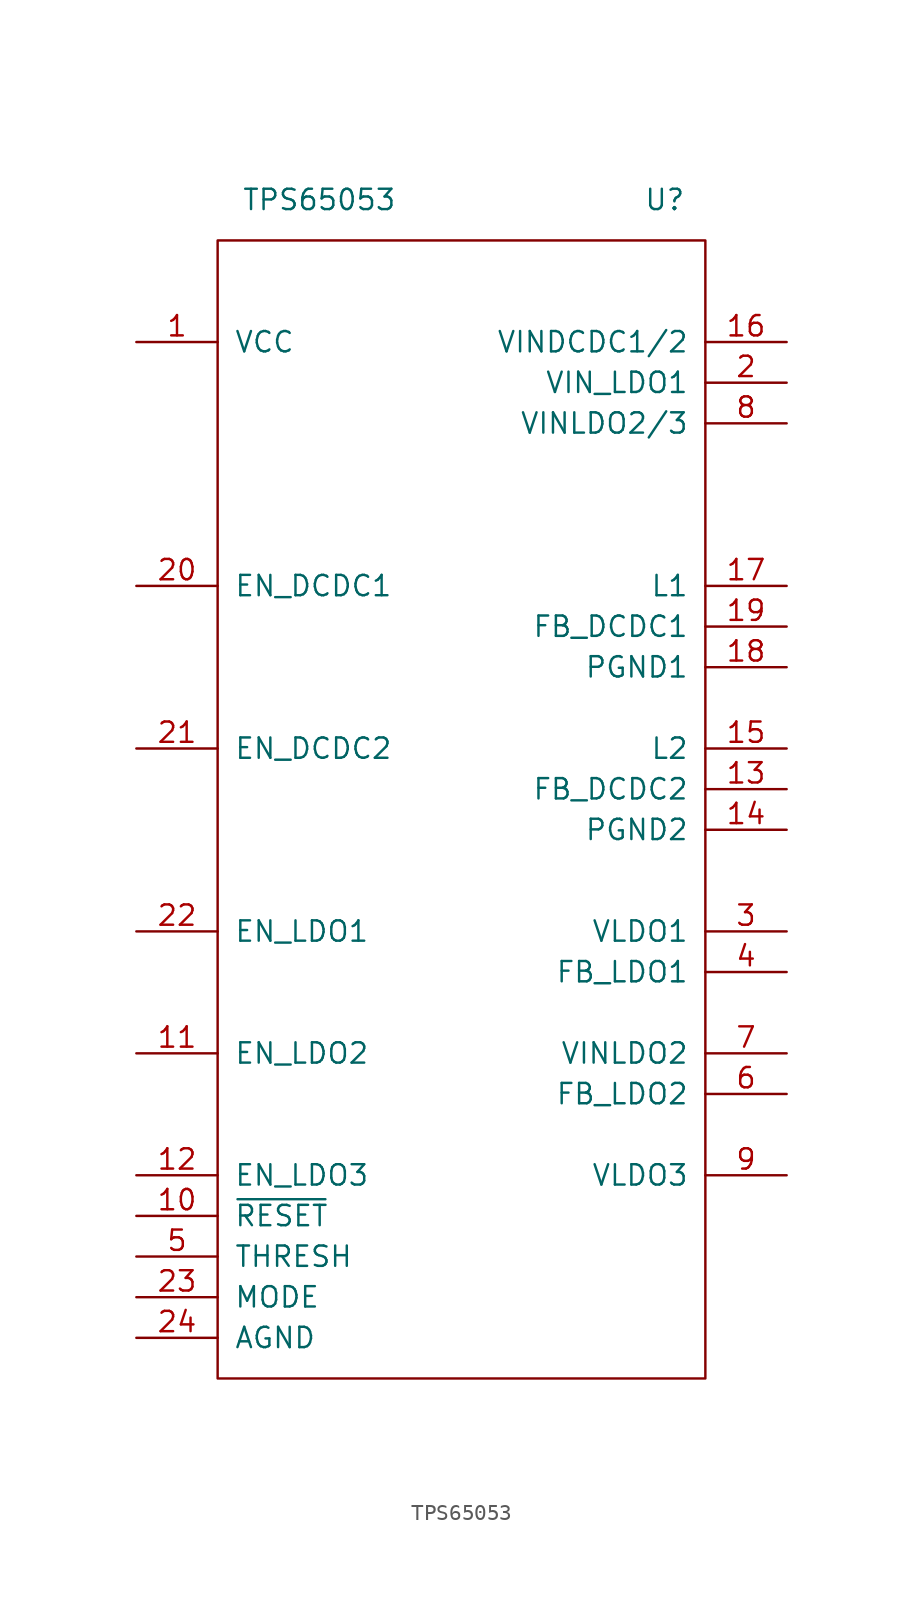
<source format=kicad_sym>
(kicad_symbol_lib
  (version 20211014)
  (generator kicad_symbol_editor)
  (symbol "TPS65053"
    (pin_names
      (offset 1.016))
    (property "Reference" "U"
      (at 12.7 33.02 0)
      (effects (font (size 1.27 1.27))))
    (property "Value" "TPS65053"
      (at -8.89 33.02 0)
      (effects (font (size 1.27 1.27))))
    (symbol "TPS65053_0_1"
      (rectangle (start -15.24 30.48) (end 15.24 -40.64) (stroke (width 0) (type default) (color 0 0 0 0)) (fill (type none))))
    (symbol "TPS65053_1_1"
      (pin power_in line (at -20.32 24.13 0) (length 5.08) (name "VCC" (effects (font (size 1.27 1.27)))) (number "1" (effects (font (size 1.27 1.27)))))
      (pin power_out line (at -20.32 -30.48 0) (length 5.08) (name "~{RESET}" (effects (font (size 1.27 1.27)))) (number "10" (effects (font (size 1.27 1.27)))))
      (pin power_out line (at -20.32 -20.32 0) (length 5.08) (name "EN_LDO2" (effects (font (size 1.27 1.27)))) (number "11" (effects (font (size 1.27 1.27)))))
      (pin input line (at -20.32 -27.94 0) (length 5.08) (name "EN_LDO3" (effects (font (size 1.27 1.27)))) (number "12" (effects (font (size 1.27 1.27)))))
      (pin input line (at 20.32 -3.81 180) (length 5.08) (name "FB_DCDC2" (effects (font (size 1.27 1.27)))) (number "13" (effects (font (size 1.27 1.27)))))
      (pin input line (at 20.32 -6.35 180) (length 5.08) (name "PGND2" (effects (font (size 1.27 1.27)))) (number "14" (effects (font (size 1.27 1.27)))))
      (pin input line (at 20.32 -1.27 180) (length 5.08) (name "L2" (effects (font (size 1.27 1.27)))) (number "15" (effects (font (size 1.27 1.27)))))
      (pin power_in line (at 20.32 24.13 180) (length 5.08) (name "VINDCDC1/2" (effects (font (size 1.27 1.27)))) (number "16" (effects (font (size 1.27 1.27)))))
      (pin power_in line (at 20.32 8.89 180) (length 5.08) (name "L1" (effects (font (size 1.27 1.27)))) (number "17" (effects (font (size 1.27 1.27)))))
      (pin power_in line (at 20.32 3.81 180) (length 5.08) (name "PGND1" (effects (font (size 1.27 1.27)))) (number "18" (effects (font (size 1.27 1.27)))))
      (pin input line (at 20.32 6.35 180) (length 5.08) (name "FB_DCDC1" (effects (font (size 1.27 1.27)))) (number "19" (effects (font (size 1.27 1.27)))))
      (pin power_in line (at 20.32 21.59 180) (length 5.08) (name "VIN_LDO1" (effects (font (size 1.27 1.27)))) (number "2" (effects (font (size 1.27 1.27)))))
      (pin input line (at -20.32 8.89 0) (length 5.08) (name "EN_DCDC1" (effects (font (size 1.27 1.27)))) (number "20" (effects (font (size 1.27 1.27)))))
      (pin input line (at -20.32 -1.27 0) (length 5.08) (name "EN_DCDC2" (effects (font (size 1.27 1.27)))) (number "21" (effects (font (size 1.27 1.27)))))
      (pin input line (at -20.32 -12.7 0) (length 5.08) (name "EN_LDO1" (effects (font (size 1.27 1.27)))) (number "22" (effects (font (size 1.27 1.27)))))
      (pin input line (at -20.32 -35.56 0) (length 5.08) (name "MODE" (effects (font (size 1.27 1.27)))) (number "23" (effects (font (size 1.27 1.27)))))
      (pin power_in line (at -20.32 -38.1 0) (length 5.08) (name "AGND" (effects (font (size 1.27 1.27)))) (number "24" (effects (font (size 1.27 1.27)))))
      (pin power_in line (at 20.32 -12.7 180) (length 5.08) (name "VLDO1" (effects (font (size 1.27 1.27)))) (number "3" (effects (font (size 1.27 1.27)))))
      (pin input line (at 20.32 -15.24 180) (length 5.08) (name "FB_LDO1" (effects (font (size 1.27 1.27)))) (number "4" (effects (font (size 1.27 1.27)))))
      (pin power_in line (at -20.32 -33.02 0) (length 5.08) (name "THRESH" (effects (font (size 1.27 1.27)))) (number "5" (effects (font (size 1.27 1.27)))))
      (pin input line (at 20.32 -22.86 180) (length 5.08) (name "FB_LDO2" (effects (font (size 1.27 1.27)))) (number "6" (effects (font (size 1.27 1.27)))))
      (pin power_in line (at 20.32 -20.32 180) (length 5.08) (name "VINLDO2" (effects (font (size 1.27 1.27)))) (number "7" (effects (font (size 1.27 1.27)))))
      (pin power_in line (at 20.32 19.05 180) (length 5.08) (name "VINLDO2/3" (effects (font (size 1.27 1.27)))) (number "8" (effects (font (size 1.27 1.27)))))
      (pin power_out line (at 20.32 -27.94 180) (length 5.08) (name "VLDO3" (effects (font (size 1.27 1.27)))) (number "9" (effects (font (size 1.27 1.27))))))))
</source>
